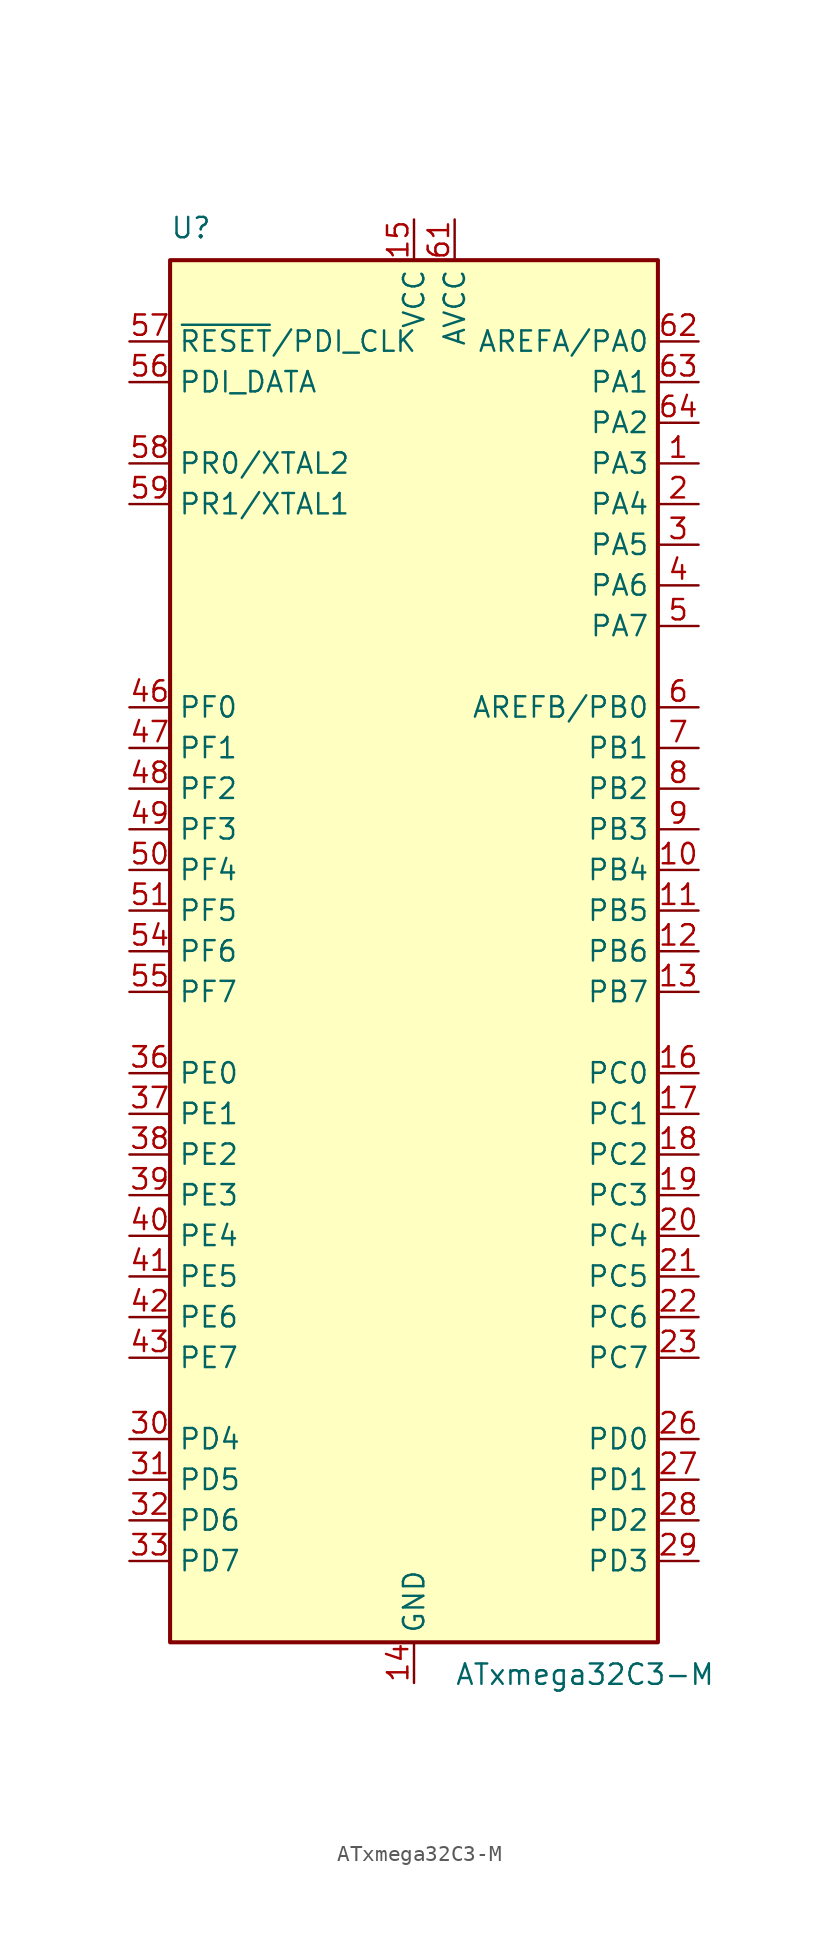
<source format=kicad_sym>
(kicad_symbol_lib
  (version 20241209)
  (generator "kicad_symbol_editor")
  (generator_version "9.0")
  (symbol "ATxmega32C3-M"
    (property "Reference" "U"
      (at -15.24 44.45 0)
      (effects (font (size 1.27 1.27)) (justify left bottom)))
    (property "Value" "ATxmega32C3-M"
      (at 2.54 -44.45 0)
      (effects (font (size 1.27 1.27)) (justify left top)))
    (symbol "ATxmega32C3-M_0_1"
      (rectangle (start -15.24 -43.18) (end 15.24 43.18) (stroke (width 0.254) (type default)) (fill (type background))))
    (symbol "ATxmega32C3-M_1_1"
      (pin input line (at -17.78 38.1 0) (length 2.54) (name "~{RESET}/PDI_CLK" (effects (font (size 1.27 1.27)))) (number "57" (effects (font (size 1.27 1.27)))))
      (pin bidirectional line (at -17.78 35.56 0) (length 2.54) (name "PDI_DATA" (effects (font (size 1.27 1.27)))) (number "56" (effects (font (size 1.27 1.27)))))
      (pin bidirectional line (at -17.78 30.48 0) (length 2.54) (name "PR0/XTAL2" (effects (font (size 1.27 1.27)))) (number "58" (effects (font (size 1.27 1.27)))))
      (pin bidirectional line (at -17.78 27.94 0) (length 2.54) (name "PR1/XTAL1" (effects (font (size 1.27 1.27)))) (number "59" (effects (font (size 1.27 1.27)))))
      (pin bidirectional line (at -17.78 15.24 0) (length 2.54) (name "PF0" (effects (font (size 1.27 1.27)))) (number "46" (effects (font (size 1.27 1.27)))))
      (pin bidirectional line (at -17.78 12.7 0) (length 2.54) (name "PF1" (effects (font (size 1.27 1.27)))) (number "47" (effects (font (size 1.27 1.27)))))
      (pin bidirectional line (at -17.78 10.16 0) (length 2.54) (name "PF2" (effects (font (size 1.27 1.27)))) (number "48" (effects (font (size 1.27 1.27)))))
      (pin bidirectional line (at -17.78 7.62 0) (length 2.54) (name "PF3" (effects (font (size 1.27 1.27)))) (number "49" (effects (font (size 1.27 1.27)))))
      (pin bidirectional line (at -17.78 5.08 0) (length 2.54) (name "PF4" (effects (font (size 1.27 1.27)))) (number "50" (effects (font (size 1.27 1.27)))))
      (pin bidirectional line (at -17.78 2.54 0) (length 2.54) (name "PF5" (effects (font (size 1.27 1.27)))) (number "51" (effects (font (size 1.27 1.27)))))
      (pin bidirectional line (at -17.78 0 0) (length 2.54) (name "PF6" (effects (font (size 1.27 1.27)))) (number "54" (effects (font (size 1.27 1.27)))))
      (pin bidirectional line (at -17.78 -2.54 0) (length 2.54) (name "PF7" (effects (font (size 1.27 1.27)))) (number "55" (effects (font (size 1.27 1.27)))))
      (pin bidirectional line (at -17.78 -7.62 0) (length 2.54) (name "PE0" (effects (font (size 1.27 1.27)))) (number "36" (effects (font (size 1.27 1.27)))))
      (pin bidirectional line (at -17.78 -10.16 0) (length 2.54) (name "PE1" (effects (font (size 1.27 1.27)))) (number "37" (effects (font (size 1.27 1.27)))))
      (pin bidirectional line (at -17.78 -12.7 0) (length 2.54) (name "PE2" (effects (font (size 1.27 1.27)))) (number "38" (effects (font (size 1.27 1.27)))))
      (pin bidirectional line (at -17.78 -15.24 0) (length 2.54) (name "PE3" (effects (font (size 1.27 1.27)))) (number "39" (effects (font (size 1.27 1.27)))))
      (pin bidirectional line (at -17.78 -17.78 0) (length 2.54) (name "PE4" (effects (font (size 1.27 1.27)))) (number "40" (effects (font (size 1.27 1.27)))))
      (pin bidirectional line (at -17.78 -20.32 0) (length 2.54) (name "PE5" (effects (font (size 1.27 1.27)))) (number "41" (effects (font (size 1.27 1.27)))))
      (pin bidirectional line (at -17.78 -22.86 0) (length 2.54) (name "PE6" (effects (font (size 1.27 1.27)))) (number "42" (effects (font (size 1.27 1.27)))))
      (pin bidirectional line (at -17.78 -25.4 0) (length 2.54) (name "PE7" (effects (font (size 1.27 1.27)))) (number "43" (effects (font (size 1.27 1.27)))))
      (pin bidirectional line (at -17.78 -30.48 0) (length 2.54) (name "PD4" (effects (font (size 1.27 1.27)))) (number "30" (effects (font (size 1.27 1.27)))))
      (pin bidirectional line (at -17.78 -33.02 0) (length 2.54) (name "PD5" (effects (font (size 1.27 1.27)))) (number "31" (effects (font (size 1.27 1.27)))))
      (pin bidirectional line (at -17.78 -35.56 0) (length 2.54) (name "PD6" (effects (font (size 1.27 1.27)))) (number "32" (effects (font (size 1.27 1.27)))))
      (pin bidirectional line (at -17.78 -38.1 0) (length 2.54) (name "PD7" (effects (font (size 1.27 1.27)))) (number "33" (effects (font (size 1.27 1.27)))))
      (pin power_in line (at 0 45.72 270) (length 2.54) (name "VCC" (effects (font (size 1.27 1.27)))) (number "15" (effects (font (size 1.27 1.27)))))
      (pin passive line (at 0 45.72 270) (length 2.54) (hide yes) (name "VCC" (effects (font (size 1.27 1.27)))) (number "25" (effects (font (size 1.27 1.27)))))
      (pin passive line (at 0 45.72 270) (length 2.54) (hide yes) (name "VCC" (effects (font (size 1.27 1.27)))) (number "35" (effects (font (size 1.27 1.27)))))
      (pin passive line (at 0 45.72 270) (length 2.54) (hide yes) (name "VCC" (effects (font (size 1.27 1.27)))) (number "45" (effects (font (size 1.27 1.27)))))
      (pin passive line (at 0 45.72 270) (length 2.54) (hide yes) (name "VCC" (effects (font (size 1.27 1.27)))) (number "53" (effects (font (size 1.27 1.27)))))
      (pin power_in line (at 0 -45.72 90) (length 2.54) (name "GND" (effects (font (size 1.27 1.27)))) (number "14" (effects (font (size 1.27 1.27)))))
      (pin passive line (at 0 -45.72 90) (length 2.54) (hide yes) (name "GND" (effects (font (size 1.27 1.27)))) (number "24" (effects (font (size 1.27 1.27)))))
      (pin passive line (at 0 -45.72 90) (length 2.54) (hide yes) (name "GND" (effects (font (size 1.27 1.27)))) (number "34" (effects (font (size 1.27 1.27)))))
      (pin passive line (at 0 -45.72 90) (length 2.54) (hide yes) (name "GND" (effects (font (size 1.27 1.27)))) (number "44" (effects (font (size 1.27 1.27)))))
      (pin passive line (at 0 -45.72 90) (length 2.54) (hide yes) (name "GND" (effects (font (size 1.27 1.27)))) (number "52" (effects (font (size 1.27 1.27)))))
      (pin passive line (at 0 -45.72 90) (length 2.54) (hide yes) (name "GND" (effects (font (size 1.27 1.27)))) (number "60" (effects (font (size 1.27 1.27)))))
      (pin passive line (at 0 -45.72 90) (length 2.54) (hide yes) (name "GND" (effects (font (size 1.27 1.27)))) (number "65" (effects (font (size 1.27 1.27)))))
      (pin power_in line (at 2.54 45.72 270) (length 2.54) (name "AVCC" (effects (font (size 1.27 1.27)))) (number "61" (effects (font (size 1.27 1.27)))))
      (pin bidirectional line (at 17.78 38.1 180) (length 2.54) (name "AREFA/PA0" (effects (font (size 1.27 1.27)))) (number "62" (effects (font (size 1.27 1.27)))))
      (pin bidirectional line (at 17.78 35.56 180) (length 2.54) (name "PA1" (effects (font (size 1.27 1.27)))) (number "63" (effects (font (size 1.27 1.27)))))
      (pin bidirectional line (at 17.78 33.02 180) (length 2.54) (name "PA2" (effects (font (size 1.27 1.27)))) (number "64" (effects (font (size 1.27 1.27)))))
      (pin bidirectional line (at 17.78 30.48 180) (length 2.54) (name "PA3" (effects (font (size 1.27 1.27)))) (number "1" (effects (font (size 1.27 1.27)))))
      (pin bidirectional line (at 17.78 27.94 180) (length 2.54) (name "PA4" (effects (font (size 1.27 1.27)))) (number "2" (effects (font (size 1.27 1.27)))))
      (pin bidirectional line (at 17.78 25.4 180) (length 2.54) (name "PA5" (effects (font (size 1.27 1.27)))) (number "3" (effects (font (size 1.27 1.27)))))
      (pin bidirectional line (at 17.78 22.86 180) (length 2.54) (name "PA6" (effects (font (size 1.27 1.27)))) (number "4" (effects (font (size 1.27 1.27)))))
      (pin bidirectional line (at 17.78 20.32 180) (length 2.54) (name "PA7" (effects (font (size 1.27 1.27)))) (number "5" (effects (font (size 1.27 1.27)))))
      (pin bidirectional line (at 17.78 15.24 180) (length 2.54) (name "AREFB/PB0" (effects (font (size 1.27 1.27)))) (number "6" (effects (font (size 1.27 1.27)))))
      (pin bidirectional line (at 17.78 12.7 180) (length 2.54) (name "PB1" (effects (font (size 1.27 1.27)))) (number "7" (effects (font (size 1.27 1.27)))))
      (pin bidirectional line (at 17.78 10.16 180) (length 2.54) (name "PB2" (effects (font (size 1.27 1.27)))) (number "8" (effects (font (size 1.27 1.27)))))
      (pin bidirectional line (at 17.78 7.62 180) (length 2.54) (name "PB3" (effects (font (size 1.27 1.27)))) (number "9" (effects (font (size 1.27 1.27)))))
      (pin bidirectional line (at 17.78 5.08 180) (length 2.54) (name "PB4" (effects (font (size 1.27 1.27)))) (number "10" (effects (font (size 1.27 1.27)))))
      (pin bidirectional line (at 17.78 2.54 180) (length 2.54) (name "PB5" (effects (font (size 1.27 1.27)))) (number "11" (effects (font (size 1.27 1.27)))))
      (pin bidirectional line (at 17.78 0 180) (length 2.54) (name "PB6" (effects (font (size 1.27 1.27)))) (number "12" (effects (font (size 1.27 1.27)))))
      (pin bidirectional line (at 17.78 -2.54 180) (length 2.54) (name "PB7" (effects (font (size 1.27 1.27)))) (number "13" (effects (font (size 1.27 1.27)))))
      (pin bidirectional line (at 17.78 -7.62 180) (length 2.54) (name "PC0" (effects (font (size 1.27 1.27)))) (number "16" (effects (font (size 1.27 1.27)))))
      (pin bidirectional line (at 17.78 -10.16 180) (length 2.54) (name "PC1" (effects (font (size 1.27 1.27)))) (number "17" (effects (font (size 1.27 1.27)))))
      (pin bidirectional line (at 17.78 -12.7 180) (length 2.54) (name "PC2" (effects (font (size 1.27 1.27)))) (number "18" (effects (font (size 1.27 1.27)))))
      (pin bidirectional line (at 17.78 -15.24 180) (length 2.54) (name "PC3" (effects (font (size 1.27 1.27)))) (number "19" (effects (font (size 1.27 1.27)))))
      (pin bidirectional line (at 17.78 -17.78 180) (length 2.54) (name "PC4" (effects (font (size 1.27 1.27)))) (number "20" (effects (font (size 1.27 1.27)))))
      (pin bidirectional line (at 17.78 -20.32 180) (length 2.54) (name "PC5" (effects (font (size 1.27 1.27)))) (number "21" (effects (font (size 1.27 1.27)))))
      (pin bidirectional line (at 17.78 -22.86 180) (length 2.54) (name "PC6" (effects (font (size 1.27 1.27)))) (number "22" (effects (font (size 1.27 1.27)))))
      (pin bidirectional line (at 17.78 -25.4 180) (length 2.54) (name "PC7" (effects (font (size 1.27 1.27)))) (number "23" (effects (font (size 1.27 1.27)))))
      (pin bidirectional line (at 17.78 -30.48 180) (length 2.54) (name "PD0" (effects (font (size 1.27 1.27)))) (number "26" (effects (font (size 1.27 1.27)))))
      (pin bidirectional line (at 17.78 -33.02 180) (length 2.54) (name "PD1" (effects (font (size 1.27 1.27)))) (number "27" (effects (font (size 1.27 1.27)))))
      (pin bidirectional line (at 17.78 -35.56 180) (length 2.54) (name "PD2" (effects (font (size 1.27 1.27)))) (number "28" (effects (font (size 1.27 1.27)))))
      (pin bidirectional line (at 17.78 -38.1 180) (length 2.54) (name "PD3" (effects (font (size 1.27 1.27)))) (number "29" (effects (font (size 1.27 1.27))))))))
</source>
